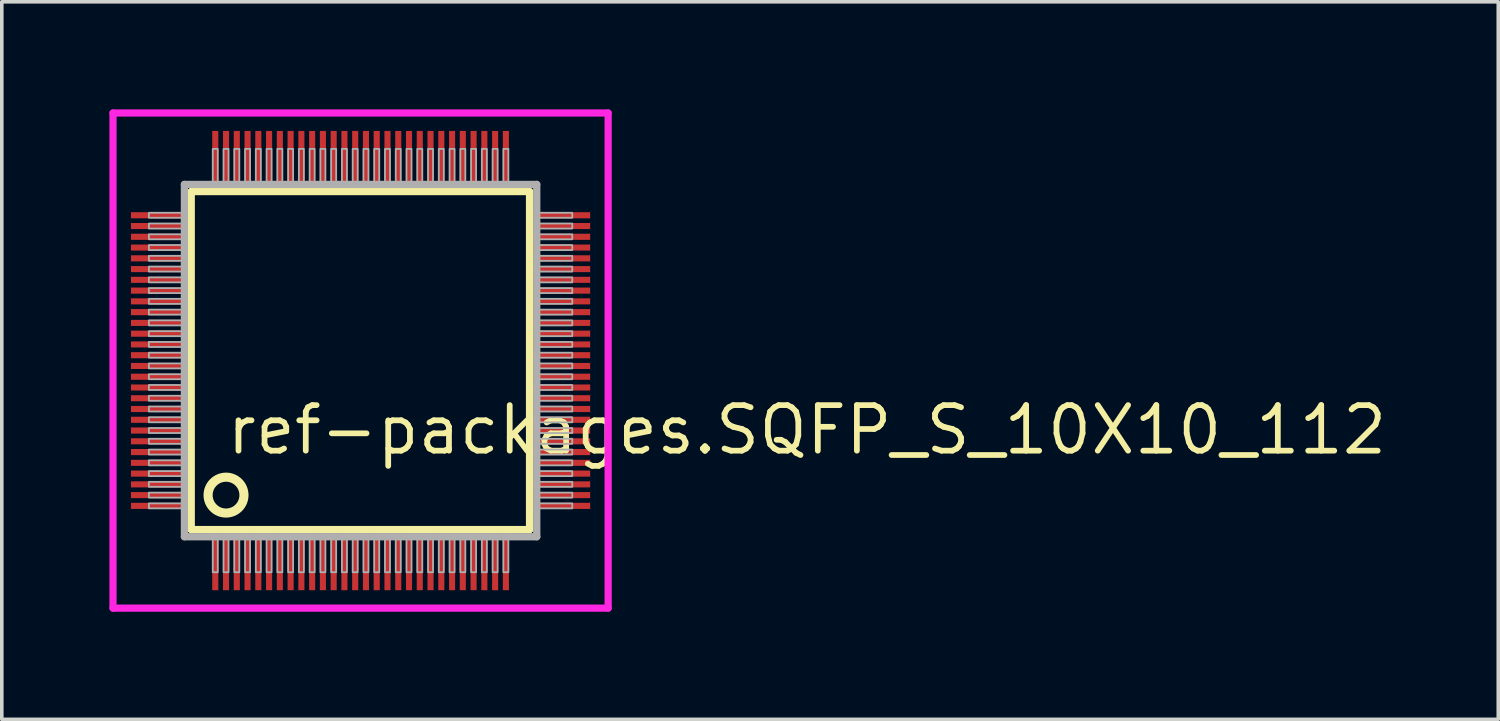
<source format=kicad_pcb>
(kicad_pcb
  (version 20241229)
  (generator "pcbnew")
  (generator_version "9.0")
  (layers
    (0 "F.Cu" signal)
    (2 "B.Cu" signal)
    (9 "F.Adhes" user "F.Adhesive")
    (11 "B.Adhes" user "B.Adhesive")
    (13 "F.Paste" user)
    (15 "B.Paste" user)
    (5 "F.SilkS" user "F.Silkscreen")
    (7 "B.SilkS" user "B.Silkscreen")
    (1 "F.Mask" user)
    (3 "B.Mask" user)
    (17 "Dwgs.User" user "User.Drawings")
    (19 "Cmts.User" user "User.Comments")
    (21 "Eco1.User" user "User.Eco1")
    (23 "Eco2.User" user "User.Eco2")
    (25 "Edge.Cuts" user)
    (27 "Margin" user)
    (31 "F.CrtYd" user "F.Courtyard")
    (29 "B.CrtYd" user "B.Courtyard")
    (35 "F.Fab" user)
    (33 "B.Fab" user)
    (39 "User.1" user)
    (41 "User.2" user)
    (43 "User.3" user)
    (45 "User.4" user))
  (footprint "ref-packages.SQFP_S_10X10_112"
    (layer "F.Cu")
    (at 7 7)
    (property "Reference" "ref-packages.SQFP_S_10X10_112" (at -3.81 2.675 0) (layer "F.SilkS") (effects (font (size 1.27 1.27) (thickness 0.16)) (justify left bottom)))
    (attr smd)
    (fp_line (start -4.72 -4.71) (end 4.71 -4.71) (stroke (width 0.203) (type default)) (layer "F.SilkS"))
    (fp_line (start -4.72 4.71) (end -4.72 -4.71) (stroke (width 0.203) (type default)) (layer "F.SilkS"))
    (fp_line (start 4.71 -4.71) (end 4.71 4.71) (stroke (width 0.203) (type default)) (layer "F.SilkS"))
    (fp_line (start 4.71 4.71) (end -4.72 4.71) (stroke (width 0.203) (type default)) (layer "F.SilkS"))
    (fp_circle (center -3.75 3.75) (end -3.25 3.75) (stroke (width 0.254) (type default)) (fill no) (layer "F.SilkS"))
    (fp_line (start -6.9 -6.9) (end 6.9 -6.9) (stroke (width 0.2) (type default)) (layer "F.CrtYd"))
    (fp_line (start -6.9 6.9) (end -6.9 -6.9) (stroke (width 0.2) (type default)) (layer "F.CrtYd"))
    (fp_line (start 6.9 -6.9) (end 6.9 6.9) (stroke (width 0.2) (type default)) (layer "F.CrtYd"))
    (fp_line (start 6.9 6.9) (end -6.9 6.9) (stroke (width 0.2) (type default)) (layer "F.CrtYd"))
    (fp_line (start -4.91 -4.91) (end -4.91 4.91) (stroke (width 0.203) (type default)) (layer "F.Fab"))
    (fp_line (start -4.91 4.91) (end 4.91 4.91) (stroke (width 0.203) (type default)) (layer "F.Fab"))
    (fp_line (start 4.91 -4.91) (end -4.91 -4.91) (stroke (width 0.203) (type default)) (layer "F.Fab"))
    (fp_line (start 4.91 4.91) (end 4.91 -4.91) (stroke (width 0.203) (type default)) (layer "F.Fab"))
    (fp_rect (start -5.9 -3.98) (end -4.95 -4.12) (stroke (width 0.05) (type default)) (fill no) (layer "F.Fab"))
    (fp_rect (start -5.9 -3.68) (end -4.95 -3.82) (stroke (width 0.05) (type default)) (fill no) (layer "F.Fab"))
    (fp_rect (start -5.9 -3.38) (end -4.95 -3.52) (stroke (width 0.05) (type default)) (fill no) (layer "F.Fab"))
    (fp_rect (start -5.9 -3.08) (end -4.95 -3.22) (stroke (width 0.05) (type default)) (fill no) (layer "F.Fab"))
    (fp_rect (start -5.9 -2.78) (end -4.95 -2.92) (stroke (width 0.05) (type default)) (fill no) (layer "F.Fab"))
    (fp_rect (start -5.9 -2.48) (end -4.95 -2.62) (stroke (width 0.05) (type default)) (fill no) (layer "F.Fab"))
    (fp_rect (start -5.9 -2.18) (end -4.95 -2.32) (stroke (width 0.05) (type default)) (fill no) (layer "F.Fab"))
    (fp_rect (start -5.9 -1.88) (end -4.95 -2.02) (stroke (width 0.05) (type default)) (fill no) (layer "F.Fab"))
    (fp_rect (start -5.9 -1.58) (end -4.95 -1.72) (stroke (width 0.05) (type default)) (fill no) (layer "F.Fab"))
    (fp_rect (start -5.9 -1.28) (end -4.95 -1.42) (stroke (width 0.05) (type default)) (fill no) (layer "F.Fab"))
    (fp_rect (start -5.9 -0.98) (end -4.95 -1.12) (stroke (width 0.05) (type default)) (fill no) (layer "F.Fab"))
    (fp_rect (start -5.9 -0.68) (end -4.95 -0.82) (stroke (width 0.05) (type default)) (fill no) (layer "F.Fab"))
    (fp_rect (start -5.9 -0.38) (end -4.95 -0.52) (stroke (width 0.05) (type default)) (fill no) (layer "F.Fab"))
    (fp_rect (start -5.9 -0.08) (end -4.95 -0.22) (stroke (width 0.05) (type default)) (fill no) (layer "F.Fab"))
    (fp_rect (start -5.9 0.22) (end -4.95 0.08) (stroke (width 0.05) (type default)) (fill no) (layer "F.Fab"))
    (fp_rect (start -5.9 0.52) (end -4.95 0.38) (stroke (width 0.05) (type default)) (fill no) (layer "F.Fab"))
    (fp_rect (start -5.9 0.82) (end -4.95 0.68) (stroke (width 0.05) (type default)) (fill no) (layer "F.Fab"))
    (fp_rect (start -5.9 1.12) (end -4.95 0.98) (stroke (width 0.05) (type default)) (fill no) (layer "F.Fab"))
    (fp_rect (start -5.9 1.42) (end -4.95 1.28) (stroke (width 0.05) (type default)) (fill no) (layer "F.Fab"))
    (fp_rect (start -5.9 1.72) (end -4.95 1.58) (stroke (width 0.05) (type default)) (fill no) (layer "F.Fab"))
    (fp_rect (start -5.9 2.02) (end -4.95 1.88) (stroke (width 0.05) (type default)) (fill no) (layer "F.Fab"))
    (fp_rect (start -5.9 2.32) (end -4.95 2.18) (stroke (width 0.05) (type default)) (fill no) (layer "F.Fab"))
    (fp_rect (start -5.9 2.62) (end -4.95 2.48) (stroke (width 0.05) (type default)) (fill no) (layer "F.Fab"))
    (fp_rect (start -5.9 2.92) (end -4.95 2.78) (stroke (width 0.05) (type default)) (fill no) (layer "F.Fab"))
    (fp_rect (start -5.9 3.22) (end -4.95 3.08) (stroke (width 0.05) (type default)) (fill no) (layer "F.Fab"))
    (fp_rect (start -5.9 3.52) (end -4.95 3.38) (stroke (width 0.05) (type default)) (fill no) (layer "F.Fab"))
    (fp_rect (start -5.9 3.82) (end -4.95 3.68) (stroke (width 0.05) (type default)) (fill no) (layer "F.Fab"))
    (fp_rect (start -5.9 4.12) (end -4.95 3.98) (stroke (width 0.05) (type default)) (fill no) (layer "F.Fab"))
    (fp_rect (start -4.12 -4.95) (end -3.98 -5.9) (stroke (width 0.05) (type default)) (fill no) (layer "F.Fab"))
    (fp_rect (start -4.12 5.9) (end -3.98 4.95) (stroke (width 0.05) (type default)) (fill no) (layer "F.Fab"))
    (fp_rect (start -3.82 -4.95) (end -3.68 -5.9) (stroke (width 0.05) (type default)) (fill no) (layer "F.Fab"))
    (fp_rect (start -3.82 5.9) (end -3.68 4.95) (stroke (width 0.05) (type default)) (fill no) (layer "F.Fab"))
    (fp_rect (start -3.52 -4.95) (end -3.38 -5.9) (stroke (width 0.05) (type default)) (fill no) (layer "F.Fab"))
    (fp_rect (start -3.52 5.9) (end -3.38 4.95) (stroke (width 0.05) (type default)) (fill no) (layer "F.Fab"))
    (fp_rect (start -3.22 -4.95) (end -3.08 -5.9) (stroke (width 0.05) (type default)) (fill no) (layer "F.Fab"))
    (fp_rect (start -3.22 5.9) (end -3.08 4.95) (stroke (width 0.05) (type default)) (fill no) (layer "F.Fab"))
    (fp_rect (start -2.92 -4.95) (end -2.78 -5.9) (stroke (width 0.05) (type default)) (fill no) (layer "F.Fab"))
    (fp_rect (start -2.92 5.9) (end -2.78 4.95) (stroke (width 0.05) (type default)) (fill no) (layer "F.Fab"))
    (fp_rect (start -2.62 -4.95) (end -2.48 -5.9) (stroke (width 0.05) (type default)) (fill no) (layer "F.Fab"))
    (fp_rect (start -2.62 5.9) (end -2.48 4.95) (stroke (width 0.05) (type default)) (fill no) (layer "F.Fab"))
    (fp_rect (start -2.32 -4.95) (end -2.18 -5.9) (stroke (width 0.05) (type default)) (fill no) (layer "F.Fab"))
    (fp_rect (start -2.32 5.9) (end -2.18 4.95) (stroke (width 0.05) (type default)) (fill no) (layer "F.Fab"))
    (fp_rect (start -2.02 -4.95) (end -1.88 -5.9) (stroke (width 0.05) (type default)) (fill no) (layer "F.Fab"))
    (fp_rect (start -2.02 5.9) (end -1.88 4.95) (stroke (width 0.05) (type default)) (fill no) (layer "F.Fab"))
    (fp_rect (start -1.72 -4.95) (end -1.58 -5.9) (stroke (width 0.05) (type default)) (fill no) (layer "F.Fab"))
    (fp_rect (start -1.72 5.9) (end -1.58 4.95) (stroke (width 0.05) (type default)) (fill no) (layer "F.Fab"))
    (fp_rect (start -1.42 -4.95) (end -1.28 -5.9) (stroke (width 0.05) (type default)) (fill no) (layer "F.Fab"))
    (fp_rect (start -1.42 5.9) (end -1.28 4.95) (stroke (width 0.05) (type default)) (fill no) (layer "F.Fab"))
    (fp_rect (start -1.12 -4.95) (end -0.98 -5.9) (stroke (width 0.05) (type default)) (fill no) (layer "F.Fab"))
    (fp_rect (start -1.12 5.9) (end -0.98 4.95) (stroke (width 0.05) (type default)) (fill no) (layer "F.Fab"))
    (fp_rect (start -0.82 -4.95) (end -0.68 -5.9) (stroke (width 0.05) (type default)) (fill no) (layer "F.Fab"))
    (fp_rect (start -0.82 5.9) (end -0.68 4.95) (stroke (width 0.05) (type default)) (fill no) (layer "F.Fab"))
    (fp_rect (start -0.52 -4.95) (end -0.38 -5.9) (stroke (width 0.05) (type default)) (fill no) (layer "F.Fab"))
    (fp_rect (start -0.52 5.9) (end -0.38 4.95) (stroke (width 0.05) (type default)) (fill no) (layer "F.Fab"))
    (fp_rect (start -0.22 -4.95) (end -0.08 -5.9) (stroke (width 0.05) (type default)) (fill no) (layer "F.Fab"))
    (fp_rect (start -0.22 5.9) (end -0.08 4.95) (stroke (width 0.05) (type default)) (fill no) (layer "F.Fab"))
    (fp_rect (start 0.08 -4.95) (end 0.22 -5.9) (stroke (width 0.05) (type default)) (fill no) (layer "F.Fab"))
    (fp_rect (start 0.08 5.9) (end 0.22 4.95) (stroke (width 0.05) (type default)) (fill no) (layer "F.Fab"))
    (fp_rect (start 0.38 -4.95) (end 0.52 -5.9) (stroke (width 0.05) (type default)) (fill no) (layer "F.Fab"))
    (fp_rect (start 0.38 5.9) (end 0.52 4.95) (stroke (width 0.05) (type default)) (fill no) (layer "F.Fab"))
    (fp_rect (start 0.68 -4.95) (end 0.82 -5.9) (stroke (width 0.05) (type default)) (fill no) (layer "F.Fab"))
    (fp_rect (start 0.68 5.9) (end 0.82 4.95) (stroke (width 0.05) (type default)) (fill no) (layer "F.Fab"))
    (fp_rect (start 0.98 -4.95) (end 1.12 -5.9) (stroke (width 0.05) (type default)) (fill no) (layer "F.Fab"))
    (fp_rect (start 0.98 5.9) (end 1.12 4.95) (stroke (width 0.05) (type default)) (fill no) (layer "F.Fab"))
    (fp_rect (start 1.28 -4.95) (end 1.42 -5.9) (stroke (width 0.05) (type default)) (fill no) (layer "F.Fab"))
    (fp_rect (start 1.28 5.9) (end 1.42 4.95) (stroke (width 0.05) (type default)) (fill no) (layer "F.Fab"))
    (fp_rect (start 1.58 -4.95) (end 1.72 -5.9) (stroke (width 0.05) (type default)) (fill no) (layer "F.Fab"))
    (fp_rect (start 1.58 5.9) (end 1.72 4.95) (stroke (width 0.05) (type default)) (fill no) (layer "F.Fab"))
    (fp_rect (start 1.88 -4.95) (end 2.02 -5.9) (stroke (width 0.05) (type default)) (fill no) (layer "F.Fab"))
    (fp_rect (start 1.88 5.9) (end 2.02 4.95) (stroke (width 0.05) (type default)) (fill no) (layer "F.Fab"))
    (fp_rect (start 2.18 -4.95) (end 2.32 -5.9) (stroke (width 0.05) (type default)) (fill no) (layer "F.Fab"))
    (fp_rect (start 2.18 5.9) (end 2.32 4.95) (stroke (width 0.05) (type default)) (fill no) (layer "F.Fab"))
    (fp_rect (start 2.48 -4.95) (end 2.62 -5.9) (stroke (width 0.05) (type default)) (fill no) (layer "F.Fab"))
    (fp_rect (start 2.48 5.9) (end 2.62 4.95) (stroke (width 0.05) (type default)) (fill no) (layer "F.Fab"))
    (fp_rect (start 2.78 -4.95) (end 2.92 -5.9) (stroke (width 0.05) (type default)) (fill no) (layer "F.Fab"))
    (fp_rect (start 2.78 5.9) (end 2.92 4.95) (stroke (width 0.05) (type default)) (fill no) (layer "F.Fab"))
    (fp_rect (start 3.08 -4.95) (end 3.22 -5.9) (stroke (width 0.05) (type default)) (fill no) (layer "F.Fab"))
    (fp_rect (start 3.08 5.9) (end 3.22 4.95) (stroke (width 0.05) (type default)) (fill no) (layer "F.Fab"))
    (fp_rect (start 3.38 -4.95) (end 3.52 -5.9) (stroke (width 0.05) (type default)) (fill no) (layer "F.Fab"))
    (fp_rect (start 3.38 5.9) (end 3.52 4.95) (stroke (width 0.05) (type default)) (fill no) (layer "F.Fab"))
    (fp_rect (start 3.68 -4.95) (end 3.82 -5.9) (stroke (width 0.05) (type default)) (fill no) (layer "F.Fab"))
    (fp_rect (start 3.68 5.9) (end 3.82 4.95) (stroke (width 0.05) (type default)) (fill no) (layer "F.Fab"))
    (fp_rect (start 3.98 -4.95) (end 4.12 -5.9) (stroke (width 0.05) (type default)) (fill no) (layer "F.Fab"))
    (fp_rect (start 3.98 5.9) (end 4.12 4.95) (stroke (width 0.05) (type default)) (fill no) (layer "F.Fab"))
    (fp_rect (start 4.95 -3.98) (end 5.9 -4.12) (stroke (width 0.05) (type default)) (fill no) (layer "F.Fab"))
    (fp_rect (start 4.95 -3.68) (end 5.9 -3.82) (stroke (width 0.05) (type default)) (fill no) (layer "F.Fab"))
    (fp_rect (start 4.95 -3.38) (end 5.9 -3.52) (stroke (width 0.05) (type default)) (fill no) (layer "F.Fab"))
    (fp_rect (start 4.95 -3.08) (end 5.9 -3.22) (stroke (width 0.05) (type default)) (fill no) (layer "F.Fab"))
    (fp_rect (start 4.95 -2.78) (end 5.9 -2.92) (stroke (width 0.05) (type default)) (fill no) (layer "F.Fab"))
    (fp_rect (start 4.95 -2.48) (end 5.9 -2.62) (stroke (width 0.05) (type default)) (fill no) (layer "F.Fab"))
    (fp_rect (start 4.95 -2.18) (end 5.9 -2.32) (stroke (width 0.05) (type default)) (fill no) (layer "F.Fab"))
    (fp_rect (start 4.95 -1.88) (end 5.9 -2.02) (stroke (width 0.05) (type default)) (fill no) (layer "F.Fab"))
    (fp_rect (start 4.95 -1.58) (end 5.9 -1.72) (stroke (width 0.05) (type default)) (fill no) (layer "F.Fab"))
    (fp_rect (start 4.95 -1.28) (end 5.9 -1.42) (stroke (width 0.05) (type default)) (fill no) (layer "F.Fab"))
    (fp_rect (start 4.95 -0.98) (end 5.9 -1.12) (stroke (width 0.05) (type default)) (fill no) (layer "F.Fab"))
    (fp_rect (start 4.95 -0.68) (end 5.9 -0.82) (stroke (width 0.05) (type default)) (fill no) (layer "F.Fab"))
    (fp_rect (start 4.95 -0.38) (end 5.9 -0.52) (stroke (width 0.05) (type default)) (fill no) (layer "F.Fab"))
    (fp_rect (start 4.95 -0.08) (end 5.9 -0.22) (stroke (width 0.05) (type default)) (fill no) (layer "F.Fab"))
    (fp_rect (start 4.95 0.22) (end 5.9 0.08) (stroke (width 0.05) (type default)) (fill no) (layer "F.Fab"))
    (fp_rect (start 4.95 0.52) (end 5.9 0.38) (stroke (width 0.05) (type default)) (fill no) (layer "F.Fab"))
    (fp_rect (start 4.95 0.82) (end 5.9 0.68) (stroke (width 0.05) (type default)) (fill no) (layer "F.Fab"))
    (fp_rect (start 4.95 1.12) (end 5.9 0.98) (stroke (width 0.05) (type default)) (fill no) (layer "F.Fab"))
    (fp_rect (start 4.95 1.42) (end 5.9 1.28) (stroke (width 0.05) (type default)) (fill no) (layer "F.Fab"))
    (fp_rect (start 4.95 1.72) (end 5.9 1.58) (stroke (width 0.05) (type default)) (fill no) (layer "F.Fab"))
    (fp_rect (start 4.95 2.02) (end 5.9 1.88) (stroke (width 0.05) (type default)) (fill no) (layer "F.Fab"))
    (fp_rect (start 4.95 2.32) (end 5.9 2.18) (stroke (width 0.05) (type default)) (fill no) (layer "F.Fab"))
    (fp_rect (start 4.95 2.62) (end 5.9 2.48) (stroke (width 0.05) (type default)) (fill no) (layer "F.Fab"))
    (fp_rect (start 4.95 2.92) (end 5.9 2.78) (stroke (width 0.05) (type default)) (fill no) (layer "F.Fab"))
    (fp_rect (start 4.95 3.22) (end 5.9 3.08) (stroke (width 0.05) (type default)) (fill no) (layer "F.Fab"))
    (fp_rect (start 4.95 3.52) (end 5.9 3.38) (stroke (width 0.05) (type default)) (fill no) (layer "F.Fab"))
    (fp_rect (start 4.95 3.82) (end 5.9 3.68) (stroke (width 0.05) (type default)) (fill no) (layer "F.Fab"))
    (fp_rect (start 4.95 4.12) (end 5.9 3.98) (stroke (width 0.05) (type default)) (fill no) (layer "F.Fab"))
    (pad "1" smd roundrect (at -4.05 5.6) (size 0.17 1.6) (layers "F.Cu" "F.Mask" "F.Paste") (roundrect_rratio 0.01))
    (pad "2" smd roundrect (at -3.75 5.6) (size 0.17 1.6) (layers "F.Cu" "F.Mask" "F.Paste") (roundrect_rratio 0.01))
    (pad "3" smd roundrect (at -3.45 5.6) (size 0.17 1.6) (layers "F.Cu" "F.Mask" "F.Paste") (roundrect_rratio 0.01))
    (pad "4" smd roundrect (at -3.15 5.6) (size 0.17 1.6) (layers "F.Cu" "F.Mask" "F.Paste") (roundrect_rratio 0.01))
    (pad "5" smd roundrect (at -2.85 5.6) (size 0.17 1.6) (layers "F.Cu" "F.Mask" "F.Paste") (roundrect_rratio 0.01))
    (pad "6" smd roundrect (at -2.55 5.6) (size 0.17 1.6) (layers "F.Cu" "F.Mask" "F.Paste") (roundrect_rratio 0.01))
    (pad "7" smd roundrect (at -2.25 5.6) (size 0.17 1.6) (layers "F.Cu" "F.Mask" "F.Paste") (roundrect_rratio 0.01))
    (pad "8" smd roundrect (at -1.95 5.6) (size 0.17 1.6) (layers "F.Cu" "F.Mask" "F.Paste") (roundrect_rratio 0.01))
    (pad "9" smd roundrect (at -1.65 5.6) (size 0.17 1.6) (layers "F.Cu" "F.Mask" "F.Paste") (roundrect_rratio 0.01))
    (pad "10" smd roundrect (at -1.35 5.6) (size 0.17 1.6) (layers "F.Cu" "F.Mask" "F.Paste") (roundrect_rratio 0.01))
    (pad "11" smd roundrect (at -1.05 5.6) (size 0.17 1.6) (layers "F.Cu" "F.Mask" "F.Paste") (roundrect_rratio 0.01))
    (pad "12" smd roundrect (at -0.75 5.6) (size 0.17 1.6) (layers "F.Cu" "F.Mask" "F.Paste") (roundrect_rratio 0.01))
    (pad "13" smd roundrect (at -0.45 5.6) (size 0.17 1.6) (layers "F.Cu" "F.Mask" "F.Paste") (roundrect_rratio 0.01))
    (pad "14" smd roundrect (at -0.15 5.6) (size 0.17 1.6) (layers "F.Cu" "F.Mask" "F.Paste") (roundrect_rratio 0.01))
    (pad "15" smd roundrect (at 0.15 5.6) (size 0.17 1.6) (layers "F.Cu" "F.Mask" "F.Paste") (roundrect_rratio 0.01))
    (pad "16" smd roundrect (at 0.45 5.6) (size 0.17 1.6) (layers "F.Cu" "F.Mask" "F.Paste") (roundrect_rratio 0.01))
    (pad "17" smd roundrect (at 0.75 5.6) (size 0.17 1.6) (layers "F.Cu" "F.Mask" "F.Paste") (roundrect_rratio 0.01))
    (pad "18" smd roundrect (at 1.05 5.6) (size 0.17 1.6) (layers "F.Cu" "F.Mask" "F.Paste") (roundrect_rratio 0.01))
    (pad "19" smd roundrect (at 1.35 5.6) (size 0.17 1.6) (layers "F.Cu" "F.Mask" "F.Paste") (roundrect_rratio 0.01))
    (pad "20" smd roundrect (at 1.65 5.6) (size 0.17 1.6) (layers "F.Cu" "F.Mask" "F.Paste") (roundrect_rratio 0.01))
    (pad "21" smd roundrect (at 1.95 5.6) (size 0.17 1.6) (layers "F.Cu" "F.Mask" "F.Paste") (roundrect_rratio 0.01))
    (pad "22" smd roundrect (at 2.25 5.6) (size 0.17 1.6) (layers "F.Cu" "F.Mask" "F.Paste") (roundrect_rratio 0.01))
    (pad "23" smd roundrect (at 2.55 5.6) (size 0.17 1.6) (layers "F.Cu" "F.Mask" "F.Paste") (roundrect_rratio 0.01))
    (pad "24" smd roundrect (at 2.85 5.6) (size 0.17 1.6) (layers "F.Cu" "F.Mask" "F.Paste") (roundrect_rratio 0.01))
    (pad "25" smd roundrect (at 3.15 5.6) (size 0.17 1.6) (layers "F.Cu" "F.Mask" "F.Paste") (roundrect_rratio 0.01))
    (pad "26" smd roundrect (at 3.45 5.6) (size 0.17 1.6) (layers "F.Cu" "F.Mask" "F.Paste") (roundrect_rratio 0.01))
    (pad "27" smd roundrect (at 3.75 5.6) (size 0.17 1.6) (layers "F.Cu" "F.Mask" "F.Paste") (roundrect_rratio 0.01))
    (pad "28" smd roundrect (at 4.05 5.6) (size 0.17 1.6) (layers "F.Cu" "F.Mask" "F.Paste") (roundrect_rratio 0.01))
    (pad "29" smd roundrect (at 5.6 4.05) (size 1.6 0.17) (layers "F.Cu" "F.Mask" "F.Paste") (roundrect_rratio 0.01))
    (pad "30" smd roundrect (at 5.6 3.75) (size 1.6 0.17) (layers "F.Cu" "F.Mask" "F.Paste") (roundrect_rratio 0.01))
    (pad "31" smd roundrect (at 5.6 3.45) (size 1.6 0.17) (layers "F.Cu" "F.Mask" "F.Paste") (roundrect_rratio 0.01))
    (pad "32" smd roundrect (at 5.6 3.15) (size 1.6 0.17) (layers "F.Cu" "F.Mask" "F.Paste") (roundrect_rratio 0.01))
    (pad "33" smd roundrect (at 5.6 2.85) (size 1.6 0.17) (layers "F.Cu" "F.Mask" "F.Paste") (roundrect_rratio 0.01))
    (pad "34" smd roundrect (at 5.6 2.55) (size 1.6 0.17) (layers "F.Cu" "F.Mask" "F.Paste") (roundrect_rratio 0.01))
    (pad "35" smd roundrect (at 5.6 2.25) (size 1.6 0.17) (layers "F.Cu" "F.Mask" "F.Paste") (roundrect_rratio 0.01))
    (pad "36" smd roundrect (at 5.6 1.95) (size 1.6 0.17) (layers "F.Cu" "F.Mask" "F.Paste") (roundrect_rratio 0.01))
    (pad "37" smd roundrect (at 5.6 1.65) (size 1.6 0.17) (layers "F.Cu" "F.Mask" "F.Paste") (roundrect_rratio 0.01))
    (pad "38" smd roundrect (at 5.6 1.35) (size 1.6 0.17) (layers "F.Cu" "F.Mask" "F.Paste") (roundrect_rratio 0.01))
    (pad "39" smd roundrect (at 5.6 1.05) (size 1.6 0.17) (layers "F.Cu" "F.Mask" "F.Paste") (roundrect_rratio 0.01))
    (pad "40" smd roundrect (at 5.6 0.75) (size 1.6 0.17) (layers "F.Cu" "F.Mask" "F.Paste") (roundrect_rratio 0.01))
    (pad "41" smd roundrect (at 5.6 0.45) (size 1.6 0.17) (layers "F.Cu" "F.Mask" "F.Paste") (roundrect_rratio 0.01))
    (pad "42" smd roundrect (at 5.6 0.15) (size 1.6 0.17) (layers "F.Cu" "F.Mask" "F.Paste") (roundrect_rratio 0.01))
    (pad "43" smd roundrect (at 5.6 -0.15) (size 1.6 0.17) (layers "F.Cu" "F.Mask" "F.Paste") (roundrect_rratio 0.01))
    (pad "44" smd roundrect (at 5.6 -0.45) (size 1.6 0.17) (layers "F.Cu" "F.Mask" "F.Paste") (roundrect_rratio 0.01))
    (pad "45" smd roundrect (at 5.6 -0.75) (size 1.6 0.17) (layers "F.Cu" "F.Mask" "F.Paste") (roundrect_rratio 0.01))
    (pad "46" smd roundrect (at 5.6 -1.05) (size 1.6 0.17) (layers "F.Cu" "F.Mask" "F.Paste") (roundrect_rratio 0.01))
    (pad "47" smd roundrect (at 5.6 -1.35) (size 1.6 0.17) (layers "F.Cu" "F.Mask" "F.Paste") (roundrect_rratio 0.01))
    (pad "48" smd roundrect (at 5.6 -1.65) (size 1.6 0.17) (layers "F.Cu" "F.Mask" "F.Paste") (roundrect_rratio 0.01))
    (pad "49" smd roundrect (at 5.6 -1.95) (size 1.6 0.17) (layers "F.Cu" "F.Mask" "F.Paste") (roundrect_rratio 0.01))
    (pad "50" smd roundrect (at 5.6 -2.25) (size 1.6 0.17) (layers "F.Cu" "F.Mask" "F.Paste") (roundrect_rratio 0.01))
    (pad "51" smd roundrect (at 5.6 -2.55) (size 1.6 0.17) (layers "F.Cu" "F.Mask" "F.Paste") (roundrect_rratio 0.01))
    (pad "52" smd roundrect (at 5.6 -2.85) (size 1.6 0.17) (layers "F.Cu" "F.Mask" "F.Paste") (roundrect_rratio 0.01))
    (pad "53" smd roundrect (at 5.6 -3.15) (size 1.6 0.17) (layers "F.Cu" "F.Mask" "F.Paste") (roundrect_rratio 0.01))
    (pad "54" smd roundrect (at 5.6 -3.45) (size 1.6 0.17) (layers "F.Cu" "F.Mask" "F.Paste") (roundrect_rratio 0.01))
    (pad "55" smd roundrect (at 5.6 -3.75) (size 1.6 0.17) (layers "F.Cu" "F.Mask" "F.Paste") (roundrect_rratio 0.01))
    (pad "56" smd roundrect (at 5.6 -4.05) (size 1.6 0.17) (layers "F.Cu" "F.Mask" "F.Paste") (roundrect_rratio 0.01))
    (pad "57" smd roundrect (at 4.05 -5.6) (size 0.17 1.6) (layers "F.Cu" "F.Mask" "F.Paste") (roundrect_rratio 0.01))
    (pad "58" smd roundrect (at 3.75 -5.6) (size 0.17 1.6) (layers "F.Cu" "F.Mask" "F.Paste") (roundrect_rratio 0.01))
    (pad "59" smd roundrect (at 3.45 -5.6) (size 0.17 1.6) (layers "F.Cu" "F.Mask" "F.Paste") (roundrect_rratio 0.01))
    (pad "60" smd roundrect (at 3.15 -5.6) (size 0.17 1.6) (layers "F.Cu" "F.Mask" "F.Paste") (roundrect_rratio 0.01))
    (pad "61" smd roundrect (at 2.85 -5.6) (size 0.17 1.6) (layers "F.Cu" "F.Mask" "F.Paste") (roundrect_rratio 0.01))
    (pad "62" smd roundrect (at 2.55 -5.6) (size 0.17 1.6) (layers "F.Cu" "F.Mask" "F.Paste") (roundrect_rratio 0.01))
    (pad "63" smd roundrect (at 2.25 -5.6) (size 0.17 1.6) (layers "F.Cu" "F.Mask" "F.Paste") (roundrect_rratio 0.01))
    (pad "64" smd roundrect (at 1.95 -5.6) (size 0.17 1.6) (layers "F.Cu" "F.Mask" "F.Paste") (roundrect_rratio 0.01))
    (pad "65" smd roundrect (at 1.65 -5.6) (size 0.17 1.6) (layers "F.Cu" "F.Mask" "F.Paste") (roundrect_rratio 0.01))
    (pad "66" smd roundrect (at 1.35 -5.6) (size 0.17 1.6) (layers "F.Cu" "F.Mask" "F.Paste") (roundrect_rratio 0.01))
    (pad "67" smd roundrect (at 1.05 -5.6) (size 0.17 1.6) (layers "F.Cu" "F.Mask" "F.Paste") (roundrect_rratio 0.01))
    (pad "68" smd roundrect (at 0.75 -5.6) (size 0.17 1.6) (layers "F.Cu" "F.Mask" "F.Paste") (roundrect_rratio 0.01))
    (pad "69" smd roundrect (at 0.45 -5.6) (size 0.17 1.6) (layers "F.Cu" "F.Mask" "F.Paste") (roundrect_rratio 0.01))
    (pad "70" smd roundrect (at 0.15 -5.6) (size 0.17 1.6) (layers "F.Cu" "F.Mask" "F.Paste") (roundrect_rratio 0.01))
    (pad "71" smd roundrect (at -0.15 -5.6) (size 0.17 1.6) (layers "F.Cu" "F.Mask" "F.Paste") (roundrect_rratio 0.01))
    (pad "72" smd roundrect (at -0.45 -5.6) (size 0.17 1.6) (layers "F.Cu" "F.Mask" "F.Paste") (roundrect_rratio 0.01))
    (pad "73" smd roundrect (at -0.75 -5.6) (size 0.17 1.6) (layers "F.Cu" "F.Mask" "F.Paste") (roundrect_rratio 0.01))
    (pad "74" smd roundrect (at -1.05 -5.6) (size 0.17 1.6) (layers "F.Cu" "F.Mask" "F.Paste") (roundrect_rratio 0.01))
    (pad "75" smd roundrect (at -1.35 -5.6) (size 0.17 1.6) (layers "F.Cu" "F.Mask" "F.Paste") (roundrect_rratio 0.01))
    (pad "76" smd roundrect (at -1.65 -5.6) (size 0.17 1.6) (layers "F.Cu" "F.Mask" "F.Paste") (roundrect_rratio 0.01))
    (pad "77" smd roundrect (at -1.95 -5.6) (size 0.17 1.6) (layers "F.Cu" "F.Mask" "F.Paste") (roundrect_rratio 0.01))
    (pad "78" smd roundrect (at -2.25 -5.6) (size 0.17 1.6) (layers "F.Cu" "F.Mask" "F.Paste") (roundrect_rratio 0.01))
    (pad "79" smd roundrect (at -2.55 -5.6) (size 0.17 1.6) (layers "F.Cu" "F.Mask" "F.Paste") (roundrect_rratio 0.01))
    (pad "80" smd roundrect (at -2.85 -5.6) (size 0.17 1.6) (layers "F.Cu" "F.Mask" "F.Paste") (roundrect_rratio 0.01))
    (pad "81" smd roundrect (at -3.15 -5.6) (size 0.17 1.6) (layers "F.Cu" "F.Mask" "F.Paste") (roundrect_rratio 0.01))
    (pad "82" smd roundrect (at -3.45 -5.6) (size 0.17 1.6) (layers "F.Cu" "F.Mask" "F.Paste") (roundrect_rratio 0.01))
    (pad "83" smd roundrect (at -3.75 -5.6) (size 0.17 1.6) (layers "F.Cu" "F.Mask" "F.Paste") (roundrect_rratio 0.01))
    (pad "84" smd roundrect (at -4.05 -5.6) (size 0.17 1.6) (layers "F.Cu" "F.Mask" "F.Paste") (roundrect_rratio 0.01))
    (pad "85" smd roundrect (at -5.6 -4.05) (size 1.6 0.17) (layers "F.Cu" "F.Mask" "F.Paste") (roundrect_rratio 0.01))
    (pad "86" smd roundrect (at -5.6 -3.75) (size 1.6 0.17) (layers "F.Cu" "F.Mask" "F.Paste") (roundrect_rratio 0.01))
    (pad "87" smd roundrect (at -5.6 -3.45) (size 1.6 0.17) (layers "F.Cu" "F.Mask" "F.Paste") (roundrect_rratio 0.01))
    (pad "88" smd roundrect (at -5.6 -3.15) (size 1.6 0.17) (layers "F.Cu" "F.Mask" "F.Paste") (roundrect_rratio 0.01))
    (pad "89" smd roundrect (at -5.6 -2.85) (size 1.6 0.17) (layers "F.Cu" "F.Mask" "F.Paste") (roundrect_rratio 0.01))
    (pad "90" smd roundrect (at -5.6 -2.55) (size 1.6 0.17) (layers "F.Cu" "F.Mask" "F.Paste") (roundrect_rratio 0.01))
    (pad "91" smd roundrect (at -5.6 -2.25) (size 1.6 0.17) (layers "F.Cu" "F.Mask" "F.Paste") (roundrect_rratio 0.01))
    (pad "92" smd roundrect (at -5.6 -1.95) (size 1.6 0.17) (layers "F.Cu" "F.Mask" "F.Paste") (roundrect_rratio 0.01))
    (pad "93" smd roundrect (at -5.6 -1.65) (size 1.6 0.17) (layers "F.Cu" "F.Mask" "F.Paste") (roundrect_rratio 0.01))
    (pad "94" smd roundrect (at -5.6 -1.35) (size 1.6 0.17) (layers "F.Cu" "F.Mask" "F.Paste") (roundrect_rratio 0.01))
    (pad "95" smd roundrect (at -5.6 -1.05) (size 1.6 0.17) (layers "F.Cu" "F.Mask" "F.Paste") (roundrect_rratio 0.01))
    (pad "96" smd roundrect (at -5.6 -0.75) (size 1.6 0.17) (layers "F.Cu" "F.Mask" "F.Paste") (roundrect_rratio 0.01))
    (pad "97" smd roundrect (at -5.6 -0.45) (size 1.6 0.17) (layers "F.Cu" "F.Mask" "F.Paste") (roundrect_rratio 0.01))
    (pad "98" smd roundrect (at -5.6 -0.15) (size 1.6 0.17) (layers "F.Cu" "F.Mask" "F.Paste") (roundrect_rratio 0.01))
    (pad "99" smd roundrect (at -5.6 0.15) (size 1.6 0.17) (layers "F.Cu" "F.Mask" "F.Paste") (roundrect_rratio 0.01))
    (pad "100" smd roundrect (at -5.6 0.45) (size 1.6 0.17) (layers "F.Cu" "F.Mask" "F.Paste") (roundrect_rratio 0.01))
    (pad "101" smd roundrect (at -5.6 0.75) (size 1.6 0.17) (layers "F.Cu" "F.Mask" "F.Paste") (roundrect_rratio 0.01))
    (pad "102" smd roundrect (at -5.6 1.05) (size 1.6 0.17) (layers "F.Cu" "F.Mask" "F.Paste") (roundrect_rratio 0.01))
    (pad "103" smd roundrect (at -5.6 1.35) (size 1.6 0.17) (layers "F.Cu" "F.Mask" "F.Paste") (roundrect_rratio 0.01))
    (pad "104" smd roundrect (at -5.6 1.65) (size 1.6 0.17) (layers "F.Cu" "F.Mask" "F.Paste") (roundrect_rratio 0.01))
    (pad "105" smd roundrect (at -5.6 1.95) (size 1.6 0.17) (layers "F.Cu" "F.Mask" "F.Paste") (roundrect_rratio 0.01))
    (pad "106" smd roundrect (at -5.6 2.25) (size 1.6 0.17) (layers "F.Cu" "F.Mask" "F.Paste") (roundrect_rratio 0.01))
    (pad "107" smd roundrect (at -5.6 2.55) (size 1.6 0.17) (layers "F.Cu" "F.Mask" "F.Paste") (roundrect_rratio 0.01))
    (pad "108" smd roundrect (at -5.6 2.85) (size 1.6 0.17) (layers "F.Cu" "F.Mask" "F.Paste") (roundrect_rratio 0.01))
    (pad "109" smd roundrect (at -5.6 3.15) (size 1.6 0.17) (layers "F.Cu" "F.Mask" "F.Paste") (roundrect_rratio 0.01))
    (pad "110" smd roundrect (at -5.6 3.45) (size 1.6 0.17) (layers "F.Cu" "F.Mask" "F.Paste") (roundrect_rratio 0.01))
    (pad "111" smd roundrect (at -5.6 3.75) (size 1.6 0.17) (layers "F.Cu" "F.Mask" "F.Paste") (roundrect_rratio 0.01))
    (pad "112" smd roundrect (at -5.6 4.05) (size 1.6 0.17) (layers "F.Cu" "F.Mask" "F.Paste") (roundrect_rratio 0.01)))
  (gr_rect
    (start -3 -3)
    (end 38.71 17)
    (stroke (width 0.1) (type default))
    (fill no)
    (layer "Edge.Cuts")))
</source>
